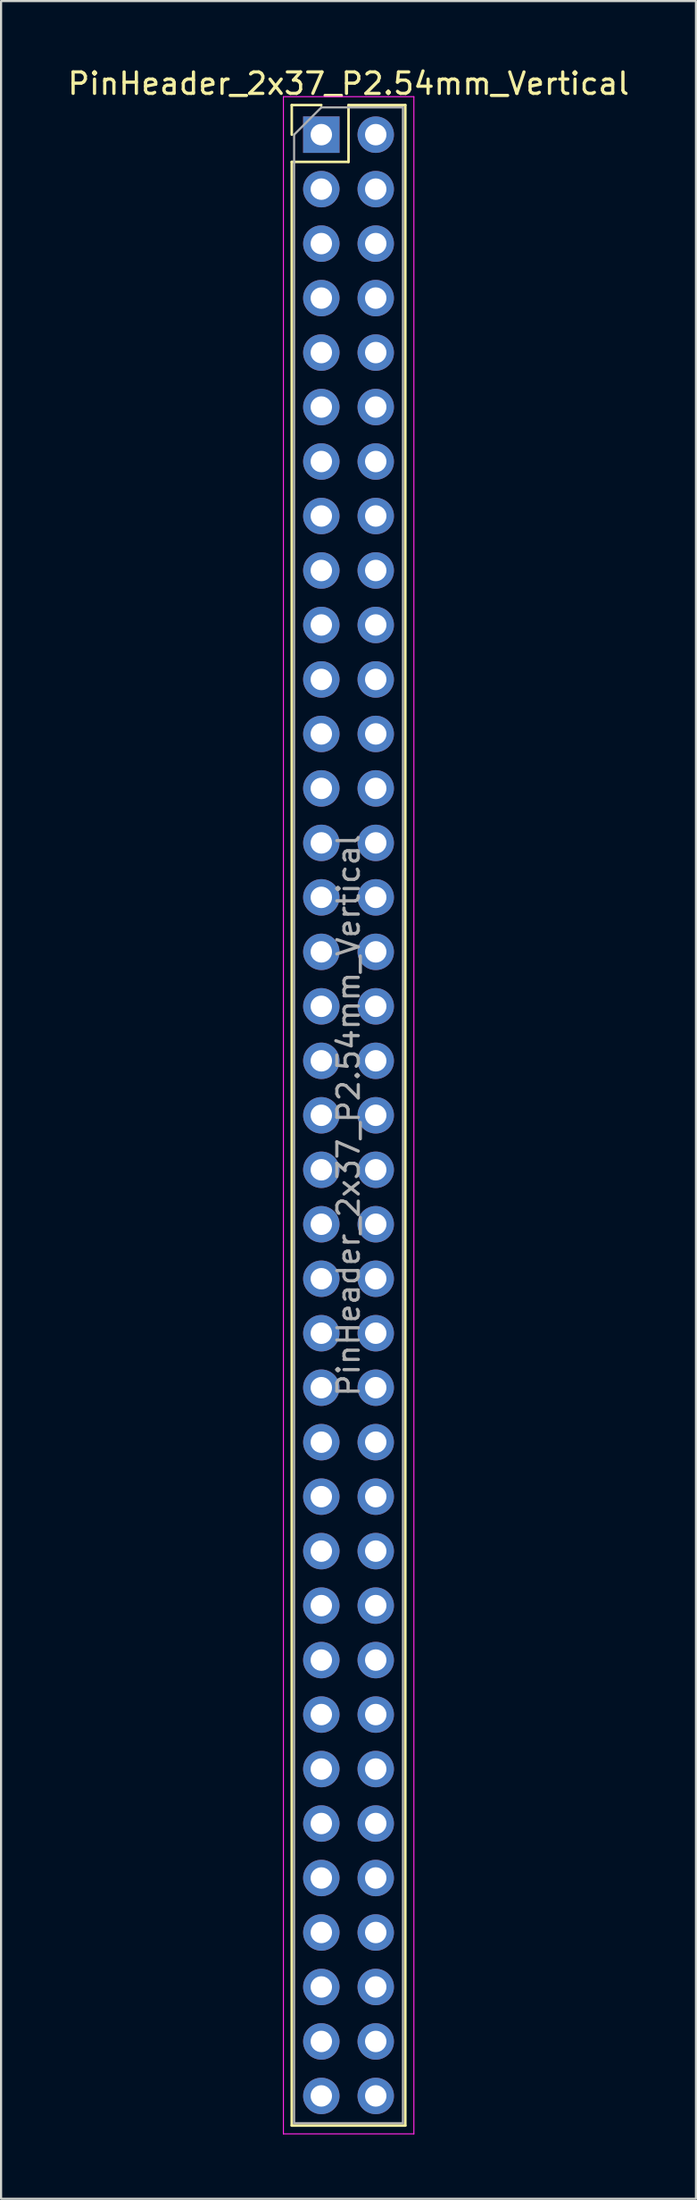
<source format=kicad_pcb>
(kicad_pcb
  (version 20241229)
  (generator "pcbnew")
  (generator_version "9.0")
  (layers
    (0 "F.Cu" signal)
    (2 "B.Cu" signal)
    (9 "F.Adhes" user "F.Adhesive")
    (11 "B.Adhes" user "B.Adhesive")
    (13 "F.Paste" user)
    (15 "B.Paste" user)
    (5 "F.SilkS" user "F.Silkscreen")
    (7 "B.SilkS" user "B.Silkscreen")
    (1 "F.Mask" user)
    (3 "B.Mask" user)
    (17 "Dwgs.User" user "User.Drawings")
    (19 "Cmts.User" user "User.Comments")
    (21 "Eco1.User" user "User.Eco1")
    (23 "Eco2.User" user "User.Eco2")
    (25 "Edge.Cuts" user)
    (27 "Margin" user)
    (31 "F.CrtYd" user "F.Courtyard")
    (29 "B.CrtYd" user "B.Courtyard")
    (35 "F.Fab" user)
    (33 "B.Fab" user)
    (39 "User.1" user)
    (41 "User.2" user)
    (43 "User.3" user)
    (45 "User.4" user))
  (footprint "PinHeader_2x37_P2.54mm_Vertical"
    (layer "F.Cu")
    (at 11.95 3.228)
    (property "Reference" "PinHeader_2x37_P2.54mm_Vertical" (at 1.27 -2.38 0) (layer "F.SilkS") (effects (font (size 1 1) (thickness 0.15))))
    (attr through_hole)
    (fp_line (start -1.38 -1.38) (end 0 -1.38) (stroke (width 0.12) (type solid)) (layer "F.SilkS"))
    (fp_line (start -1.38 0) (end -1.38 -1.38) (stroke (width 0.12) (type solid)) (layer "F.SilkS"))
    (fp_line (start -1.38 1.27) (end -1.38 92.82) (stroke (width 0.12) (type solid)) (layer "F.SilkS"))
    (fp_line (start -1.38 1.27) (end 1.27 1.27) (stroke (width 0.12) (type solid)) (layer "F.SilkS"))
    (fp_line (start -1.38 92.82) (end 3.92 92.82) (stroke (width 0.12) (type solid)) (layer "F.SilkS"))
    (fp_line (start 1.27 -1.38) (end 3.92 -1.38) (stroke (width 0.12) (type solid)) (layer "F.SilkS"))
    (fp_line (start 1.27 1.27) (end 1.27 -1.38) (stroke (width 0.12) (type solid)) (layer "F.SilkS"))
    (fp_line (start 3.92 -1.38) (end 3.92 92.82) (stroke (width 0.12) (type solid)) (layer "F.SilkS"))
    (fp_line (start -1.77 -1.77) (end -1.77 93.21) (stroke (width 0.05) (type solid)) (layer "F.CrtYd"))
    (fp_line (start -1.77 93.21) (end 4.32 93.21) (stroke (width 0.05) (type solid)) (layer "F.CrtYd"))
    (fp_line (start 4.32 -1.77) (end -1.77 -1.77) (stroke (width 0.05) (type solid)) (layer "F.CrtYd"))
    (fp_line (start 4.32 93.21) (end 4.32 -1.77) (stroke (width 0.05) (type solid)) (layer "F.CrtYd"))
    (fp_line (start -1.27 0) (end 0 -1.27) (stroke (width 0.1) (type solid)) (layer "F.Fab"))
    (fp_line (start -1.27 92.71) (end -1.27 0) (stroke (width 0.1) (type solid)) (layer "F.Fab"))
    (fp_line (start 0 -1.27) (end 3.81 -1.27) (stroke (width 0.1) (type solid)) (layer "F.Fab"))
    (fp_line (start 3.81 -1.27) (end 3.81 92.71) (stroke (width 0.1) (type solid)) (layer "F.Fab"))
    (fp_line (start 3.81 92.71) (end -1.27 92.71) (stroke (width 0.1) (type solid)) (layer "F.Fab"))
    (fp_text user "${REFERENCE}" (at 1.27 45.72 90) (layer "F.Fab") (effects (font (size 1 1) (thickness 0.15))))
    (pad "1" thru_hole rect (at 0 0) (size 1.7 1.7) (drill 1) (layers "*.Cu" "*.Mask"))
    (pad "2" thru_hole circle (at 2.54 0) (size 1.7 1.7) (drill 1) (layers "*.Cu" "*.Mask"))
    (pad "3" thru_hole circle (at 0 2.54) (size 1.7 1.7) (drill 1) (layers "*.Cu" "*.Mask"))
    (pad "4" thru_hole circle (at 2.54 2.54) (size 1.7 1.7) (drill 1) (layers "*.Cu" "*.Mask"))
    (pad "5" thru_hole circle (at 0 5.08) (size 1.7 1.7) (drill 1) (layers "*.Cu" "*.Mask"))
    (pad "6" thru_hole circle (at 2.54 5.08) (size 1.7 1.7) (drill 1) (layers "*.Cu" "*.Mask"))
    (pad "7" thru_hole circle (at 0 7.62) (size 1.7 1.7) (drill 1) (layers "*.Cu" "*.Mask"))
    (pad "8" thru_hole circle (at 2.54 7.62) (size 1.7 1.7) (drill 1) (layers "*.Cu" "*.Mask"))
    (pad "9" thru_hole circle (at 0 10.16) (size 1.7 1.7) (drill 1) (layers "*.Cu" "*.Mask"))
    (pad "10" thru_hole circle (at 2.54 10.16) (size 1.7 1.7) (drill 1) (layers "*.Cu" "*.Mask"))
    (pad "11" thru_hole circle (at 0 12.7) (size 1.7 1.7) (drill 1) (layers "*.Cu" "*.Mask"))
    (pad "12" thru_hole circle (at 2.54 12.7) (size 1.7 1.7) (drill 1) (layers "*.Cu" "*.Mask"))
    (pad "13" thru_hole circle (at 0 15.24) (size 1.7 1.7) (drill 1) (layers "*.Cu" "*.Mask"))
    (pad "14" thru_hole circle (at 2.54 15.24) (size 1.7 1.7) (drill 1) (layers "*.Cu" "*.Mask"))
    (pad "15" thru_hole circle (at 0 17.78) (size 1.7 1.7) (drill 1) (layers "*.Cu" "*.Mask"))
    (pad "16" thru_hole circle (at 2.54 17.78) (size 1.7 1.7) (drill 1) (layers "*.Cu" "*.Mask"))
    (pad "17" thru_hole circle (at 0 20.32) (size 1.7 1.7) (drill 1) (layers "*.Cu" "*.Mask"))
    (pad "18" thru_hole circle (at 2.54 20.32) (size 1.7 1.7) (drill 1) (layers "*.Cu" "*.Mask"))
    (pad "19" thru_hole circle (at 0 22.86) (size 1.7 1.7) (drill 1) (layers "*.Cu" "*.Mask"))
    (pad "20" thru_hole circle (at 2.54 22.86) (size 1.7 1.7) (drill 1) (layers "*.Cu" "*.Mask"))
    (pad "21" thru_hole circle (at 0 25.4) (size 1.7 1.7) (drill 1) (layers "*.Cu" "*.Mask"))
    (pad "22" thru_hole circle (at 2.54 25.4) (size 1.7 1.7) (drill 1) (layers "*.Cu" "*.Mask"))
    (pad "23" thru_hole circle (at 0 27.94) (size 1.7 1.7) (drill 1) (layers "*.Cu" "*.Mask"))
    (pad "24" thru_hole circle (at 2.54 27.94) (size 1.7 1.7) (drill 1) (layers "*.Cu" "*.Mask"))
    (pad "25" thru_hole circle (at 0 30.48) (size 1.7 1.7) (drill 1) (layers "*.Cu" "*.Mask"))
    (pad "26" thru_hole circle (at 2.54 30.48) (size 1.7 1.7) (drill 1) (layers "*.Cu" "*.Mask"))
    (pad "27" thru_hole circle (at 0 33.02) (size 1.7 1.7) (drill 1) (layers "*.Cu" "*.Mask"))
    (pad "28" thru_hole circle (at 2.54 33.02) (size 1.7 1.7) (drill 1) (layers "*.Cu" "*.Mask"))
    (pad "29" thru_hole circle (at 0 35.56) (size 1.7 1.7) (drill 1) (layers "*.Cu" "*.Mask"))
    (pad "30" thru_hole circle (at 2.54 35.56) (size 1.7 1.7) (drill 1) (layers "*.Cu" "*.Mask"))
    (pad "31" thru_hole circle (at 0 38.1) (size 1.7 1.7) (drill 1) (layers "*.Cu" "*.Mask"))
    (pad "32" thru_hole circle (at 2.54 38.1) (size 1.7 1.7) (drill 1) (layers "*.Cu" "*.Mask"))
    (pad "33" thru_hole circle (at 0 40.64) (size 1.7 1.7) (drill 1) (layers "*.Cu" "*.Mask"))
    (pad "34" thru_hole circle (at 2.54 40.64) (size 1.7 1.7) (drill 1) (layers "*.Cu" "*.Mask"))
    (pad "35" thru_hole circle (at 0 43.18) (size 1.7 1.7) (drill 1) (layers "*.Cu" "*.Mask"))
    (pad "36" thru_hole circle (at 2.54 43.18) (size 1.7 1.7) (drill 1) (layers "*.Cu" "*.Mask"))
    (pad "37" thru_hole circle (at 0 45.72) (size 1.7 1.7) (drill 1) (layers "*.Cu" "*.Mask"))
    (pad "38" thru_hole circle (at 2.54 45.72) (size 1.7 1.7) (drill 1) (layers "*.Cu" "*.Mask"))
    (pad "39" thru_hole circle (at 0 48.26) (size 1.7 1.7) (drill 1) (layers "*.Cu" "*.Mask"))
    (pad "40" thru_hole circle (at 2.54 48.26) (size 1.7 1.7) (drill 1) (layers "*.Cu" "*.Mask"))
    (pad "41" thru_hole circle (at 0 50.8) (size 1.7 1.7) (drill 1) (layers "*.Cu" "*.Mask"))
    (pad "42" thru_hole circle (at 2.54 50.8) (size 1.7 1.7) (drill 1) (layers "*.Cu" "*.Mask"))
    (pad "43" thru_hole circle (at 0 53.34) (size 1.7 1.7) (drill 1) (layers "*.Cu" "*.Mask"))
    (pad "44" thru_hole circle (at 2.54 53.34) (size 1.7 1.7) (drill 1) (layers "*.Cu" "*.Mask"))
    (pad "45" thru_hole circle (at 0 55.88) (size 1.7 1.7) (drill 1) (layers "*.Cu" "*.Mask"))
    (pad "46" thru_hole circle (at 2.54 55.88) (size 1.7 1.7) (drill 1) (layers "*.Cu" "*.Mask"))
    (pad "47" thru_hole circle (at 0 58.42) (size 1.7 1.7) (drill 1) (layers "*.Cu" "*.Mask"))
    (pad "48" thru_hole circle (at 2.54 58.42) (size 1.7 1.7) (drill 1) (layers "*.Cu" "*.Mask"))
    (pad "49" thru_hole circle (at 0 60.96) (size 1.7 1.7) (drill 1) (layers "*.Cu" "*.Mask"))
    (pad "50" thru_hole circle (at 2.54 60.96) (size 1.7 1.7) (drill 1) (layers "*.Cu" "*.Mask"))
    (pad "51" thru_hole circle (at 0 63.5) (size 1.7 1.7) (drill 1) (layers "*.Cu" "*.Mask"))
    (pad "52" thru_hole circle (at 2.54 63.5) (size 1.7 1.7) (drill 1) (layers "*.Cu" "*.Mask"))
    (pad "53" thru_hole circle (at 0 66.04) (size 1.7 1.7) (drill 1) (layers "*.Cu" "*.Mask"))
    (pad "54" thru_hole circle (at 2.54 66.04) (size 1.7 1.7) (drill 1) (layers "*.Cu" "*.Mask"))
    (pad "55" thru_hole circle (at 0 68.58) (size 1.7 1.7) (drill 1) (layers "*.Cu" "*.Mask"))
    (pad "56" thru_hole circle (at 2.54 68.58) (size 1.7 1.7) (drill 1) (layers "*.Cu" "*.Mask"))
    (pad "57" thru_hole circle (at 0 71.12) (size 1.7 1.7) (drill 1) (layers "*.Cu" "*.Mask"))
    (pad "58" thru_hole circle (at 2.54 71.12) (size 1.7 1.7) (drill 1) (layers "*.Cu" "*.Mask"))
    (pad "59" thru_hole circle (at 0 73.66) (size 1.7 1.7) (drill 1) (layers "*.Cu" "*.Mask"))
    (pad "60" thru_hole circle (at 2.54 73.66) (size 1.7 1.7) (drill 1) (layers "*.Cu" "*.Mask"))
    (pad "61" thru_hole circle (at 0 76.2) (size 1.7 1.7) (drill 1) (layers "*.Cu" "*.Mask"))
    (pad "62" thru_hole circle (at 2.54 76.2) (size 1.7 1.7) (drill 1) (layers "*.Cu" "*.Mask"))
    (pad "63" thru_hole circle (at 0 78.74) (size 1.7 1.7) (drill 1) (layers "*.Cu" "*.Mask"))
    (pad "64" thru_hole circle (at 2.54 78.74) (size 1.7 1.7) (drill 1) (layers "*.Cu" "*.Mask"))
    (pad "65" thru_hole circle (at 0 81.28) (size 1.7 1.7) (drill 1) (layers "*.Cu" "*.Mask"))
    (pad "66" thru_hole circle (at 2.54 81.28) (size 1.7 1.7) (drill 1) (layers "*.Cu" "*.Mask"))
    (pad "67" thru_hole circle (at 0 83.82) (size 1.7 1.7) (drill 1) (layers "*.Cu" "*.Mask"))
    (pad "68" thru_hole circle (at 2.54 83.82) (size 1.7 1.7) (drill 1) (layers "*.Cu" "*.Mask"))
    (pad "69" thru_hole circle (at 0 86.36) (size 1.7 1.7) (drill 1) (layers "*.Cu" "*.Mask"))
    (pad "70" thru_hole circle (at 2.54 86.36) (size 1.7 1.7) (drill 1) (layers "*.Cu" "*.Mask"))
    (pad "71" thru_hole circle (at 0 88.9) (size 1.7 1.7) (drill 1) (layers "*.Cu" "*.Mask"))
    (pad "72" thru_hole circle (at 2.54 88.9) (size 1.7 1.7) (drill 1) (layers "*.Cu" "*.Mask"))
    (pad "73" thru_hole circle (at 0 91.44) (size 1.7 1.7) (drill 1) (layers "*.Cu" "*.Mask"))
    (pad "74" thru_hole circle (at 2.54 91.44) (size 1.7 1.7) (drill 1) (layers "*.Cu" "*.Mask")))
  (gr_rect
    (start -3 -3)
    (end 29.44 99.463)
    (stroke (width 0.1) (type default))
    (fill no)
    (layer "Edge.Cuts")))
</source>
